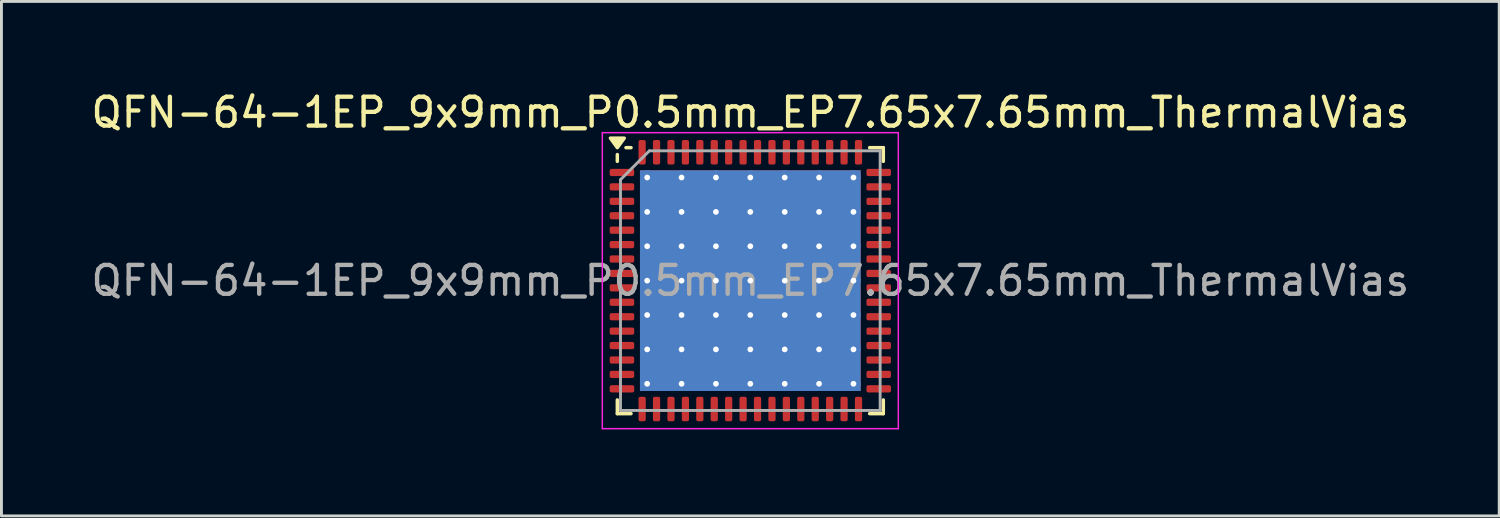
<source format=kicad_pcb>
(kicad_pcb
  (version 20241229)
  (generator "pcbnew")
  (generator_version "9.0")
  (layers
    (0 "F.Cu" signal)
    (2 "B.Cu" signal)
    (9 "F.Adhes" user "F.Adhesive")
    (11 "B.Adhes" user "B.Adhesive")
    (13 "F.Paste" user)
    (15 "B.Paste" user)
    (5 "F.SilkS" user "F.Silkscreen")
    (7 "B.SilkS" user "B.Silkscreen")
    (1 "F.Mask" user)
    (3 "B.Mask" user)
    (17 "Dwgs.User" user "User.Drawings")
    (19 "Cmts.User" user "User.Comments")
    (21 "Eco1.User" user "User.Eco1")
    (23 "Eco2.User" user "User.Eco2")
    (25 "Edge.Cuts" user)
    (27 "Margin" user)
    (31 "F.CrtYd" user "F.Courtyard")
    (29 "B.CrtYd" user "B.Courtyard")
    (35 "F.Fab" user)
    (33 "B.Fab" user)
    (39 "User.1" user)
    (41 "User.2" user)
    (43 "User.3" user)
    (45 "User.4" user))
  (footprint "QFN-64-1EP_9x9mm_P0.5mm_EP7.65x7.65mm_ThermalVias"
    (layer "F.Cu")
    (at 22.958 6.678)
    (property "Reference" "QFN-64-1EP_9x9mm_P0.5mm_EP7.65x7.65mm_ThermalVias" (at 0 -5.83 0) (layer "F.SilkS") (effects (font (size 1 1) (thickness 0.15))))
    (attr smd)
    (fp_line (start -4.61 -4.135) (end -4.61 -4.37) (stroke (width 0.12) (type solid)) (layer "F.SilkS"))
    (fp_line (start -4.61 4.61) (end -4.61 4.135) (stroke (width 0.12) (type solid)) (layer "F.SilkS"))
    (fp_line (start -4.135 -4.61) (end -4.31 -4.61) (stroke (width 0.12) (type solid)) (layer "F.SilkS"))
    (fp_line (start -4.135 4.61) (end -4.61 4.61) (stroke (width 0.12) (type solid)) (layer "F.SilkS"))
    (fp_line (start 4.135 -4.61) (end 4.61 -4.61) (stroke (width 0.12) (type solid)) (layer "F.SilkS"))
    (fp_line (start 4.135 4.61) (end 4.61 4.61) (stroke (width 0.12) (type solid)) (layer "F.SilkS"))
    (fp_line (start 4.61 -4.61) (end 4.61 -4.135) (stroke (width 0.12) (type solid)) (layer "F.SilkS"))
    (fp_line (start 4.61 4.61) (end 4.61 4.135) (stroke (width 0.12) (type solid)) (layer "F.SilkS"))
    (fp_poly (pts (xy -4.61 -4.61) (xy -4.85 -4.94) (xy -4.37 -4.94) (xy -4.61 -4.61)) (stroke (width 0.12) (type solid)) (fill yes) (layer "F.SilkS"))
    (fp_line (start -5.13 -5.13) (end -5.13 5.13) (stroke (width 0.05) (type solid)) (layer "F.CrtYd"))
    (fp_line (start -5.13 5.13) (end 5.13 5.13) (stroke (width 0.05) (type solid)) (layer "F.CrtYd"))
    (fp_line (start 5.13 -5.13) (end -5.13 -5.13) (stroke (width 0.05) (type solid)) (layer "F.CrtYd"))
    (fp_line (start 5.13 5.13) (end 5.13 -5.13) (stroke (width 0.05) (type solid)) (layer "F.CrtYd"))
    (fp_line (start -4.5 -3.5) (end -3.5 -4.5) (stroke (width 0.1) (type solid)) (layer "F.Fab"))
    (fp_line (start -4.5 4.5) (end -4.5 -3.5) (stroke (width 0.1) (type solid)) (layer "F.Fab"))
    (fp_line (start -3.5 -4.5) (end 4.5 -4.5) (stroke (width 0.1) (type solid)) (layer "F.Fab"))
    (fp_line (start 4.5 -4.5) (end 4.5 4.5) (stroke (width 0.1) (type solid)) (layer "F.Fab"))
    (fp_line (start 4.5 4.5) (end -4.5 4.5) (stroke (width 0.1) (type solid)) (layer "F.Fab"))
    (fp_text user "${REFERENCE}" (at 0 0 0) (layer "F.Fab") (effects (font (size 1 1) (thickness 0.15))))
    (pad "" smd roundrect (at -2.979 -2.979) (size 1.028 1.028) (layers "F.Paste") (roundrect_rratio 0.243))
    (pad "" smd roundrect (at -2.979 -1.788) (size 1.028 1.028) (layers "F.Paste") (roundrect_rratio 0.243))
    (pad "" smd roundrect (at -2.979 -0.596) (size 1.028 1.028) (layers "F.Paste") (roundrect_rratio 0.243))
    (pad "" smd roundrect (at -2.979 0.596) (size 1.028 1.028) (layers "F.Paste") (roundrect_rratio 0.243))
    (pad "" smd roundrect (at -2.979 1.788) (size 1.028 1.028) (layers "F.Paste") (roundrect_rratio 0.243))
    (pad "" smd roundrect (at -2.979 2.979) (size 1.028 1.028) (layers "F.Paste") (roundrect_rratio 0.243))
    (pad "" smd roundrect (at -1.788 -2.979) (size 1.028 1.028) (layers "F.Paste") (roundrect_rratio 0.243))
    (pad "" smd roundrect (at -1.788 -1.788) (size 1.028 1.028) (layers "F.Paste") (roundrect_rratio 0.243))
    (pad "" smd roundrect (at -1.788 -0.596) (size 1.028 1.028) (layers "F.Paste") (roundrect_rratio 0.243))
    (pad "" smd roundrect (at -1.788 0.596) (size 1.028 1.028) (layers "F.Paste") (roundrect_rratio 0.243))
    (pad "" smd roundrect (at -1.788 1.788) (size 1.028 1.028) (layers "F.Paste") (roundrect_rratio 0.243))
    (pad "" smd roundrect (at -1.788 2.979) (size 1.028 1.028) (layers "F.Paste") (roundrect_rratio 0.243))
    (pad "" smd roundrect (at -0.596 -2.979) (size 1.028 1.028) (layers "F.Paste") (roundrect_rratio 0.243))
    (pad "" smd roundrect (at -0.596 -1.788) (size 1.028 1.028) (layers "F.Paste") (roundrect_rratio 0.243))
    (pad "" smd roundrect (at -0.596 -0.596) (size 1.028 1.028) (layers "F.Paste") (roundrect_rratio 0.243))
    (pad "" smd roundrect (at -0.596 0.596) (size 1.028 1.028) (layers "F.Paste") (roundrect_rratio 0.243))
    (pad "" smd roundrect (at -0.596 1.788) (size 1.028 1.028) (layers "F.Paste") (roundrect_rratio 0.243))
    (pad "" smd roundrect (at -0.596 2.979) (size 1.028 1.028) (layers "F.Paste") (roundrect_rratio 0.243))
    (pad "" smd roundrect (at 0.596 -2.979) (size 1.028 1.028) (layers "F.Paste") (roundrect_rratio 0.243))
    (pad "" smd roundrect (at 0.596 -1.788) (size 1.028 1.028) (layers "F.Paste") (roundrect_rratio 0.243))
    (pad "" smd roundrect (at 0.596 -0.596) (size 1.028 1.028) (layers "F.Paste") (roundrect_rratio 0.243))
    (pad "" smd roundrect (at 0.596 0.596) (size 1.028 1.028) (layers "F.Paste") (roundrect_rratio 0.243))
    (pad "" smd roundrect (at 0.596 1.788) (size 1.028 1.028) (layers "F.Paste") (roundrect_rratio 0.243))
    (pad "" smd roundrect (at 0.596 2.979) (size 1.028 1.028) (layers "F.Paste") (roundrect_rratio 0.243))
    (pad "" smd roundrect (at 1.788 -2.979) (size 1.028 1.028) (layers "F.Paste") (roundrect_rratio 0.243))
    (pad "" smd roundrect (at 1.788 -1.788) (size 1.028 1.028) (layers "F.Paste") (roundrect_rratio 0.243))
    (pad "" smd roundrect (at 1.788 -0.596) (size 1.028 1.028) (layers "F.Paste") (roundrect_rratio 0.243))
    (pad "" smd roundrect (at 1.788 0.596) (size 1.028 1.028) (layers "F.Paste") (roundrect_rratio 0.243))
    (pad "" smd roundrect (at 1.788 1.788) (size 1.028 1.028) (layers "F.Paste") (roundrect_rratio 0.243))
    (pad "" smd roundrect (at 1.788 2.979) (size 1.028 1.028) (layers "F.Paste") (roundrect_rratio 0.243))
    (pad "" smd roundrect (at 2.979 -2.979) (size 1.028 1.028) (layers "F.Paste") (roundrect_rratio 0.243))
    (pad "" smd roundrect (at 2.979 -1.788) (size 1.028 1.028) (layers "F.Paste") (roundrect_rratio 0.243))
    (pad "" smd roundrect (at 2.979 -0.596) (size 1.028 1.028) (layers "F.Paste") (roundrect_rratio 0.243))
    (pad "" smd roundrect (at 2.979 0.596) (size 1.028 1.028) (layers "F.Paste") (roundrect_rratio 0.243))
    (pad "" smd roundrect (at 2.979 1.788) (size 1.028 1.028) (layers "F.Paste") (roundrect_rratio 0.243))
    (pad "" smd roundrect (at 2.979 2.979) (size 1.028 1.028) (layers "F.Paste") (roundrect_rratio 0.243))
    (pad "1" smd roundrect (at -4.45 -3.75) (size 0.85 0.25) (layers "F.Cu" "F.Mask" "F.Paste") (roundrect_rratio 0.25))
    (pad "2" smd roundrect (at -4.45 -3.25) (size 0.85 0.25) (layers "F.Cu" "F.Mask" "F.Paste") (roundrect_rratio 0.25))
    (pad "3" smd roundrect (at -4.45 -2.75) (size 0.85 0.25) (layers "F.Cu" "F.Mask" "F.Paste") (roundrect_rratio 0.25))
    (pad "4" smd roundrect (at -4.45 -2.25) (size 0.85 0.25) (layers "F.Cu" "F.Mask" "F.Paste") (roundrect_rratio 0.25))
    (pad "5" smd roundrect (at -4.45 -1.75) (size 0.85 0.25) (layers "F.Cu" "F.Mask" "F.Paste") (roundrect_rratio 0.25))
    (pad "6" smd roundrect (at -4.45 -1.25) (size 0.85 0.25) (layers "F.Cu" "F.Mask" "F.Paste") (roundrect_rratio 0.25))
    (pad "7" smd roundrect (at -4.45 -0.75) (size 0.85 0.25) (layers "F.Cu" "F.Mask" "F.Paste") (roundrect_rratio 0.25))
    (pad "8" smd roundrect (at -4.45 -0.25) (size 0.85 0.25) (layers "F.Cu" "F.Mask" "F.Paste") (roundrect_rratio 0.25))
    (pad "9" smd roundrect (at -4.45 0.25) (size 0.85 0.25) (layers "F.Cu" "F.Mask" "F.Paste") (roundrect_rratio 0.25))
    (pad "10" smd roundrect (at -4.45 0.75) (size 0.85 0.25) (layers "F.Cu" "F.Mask" "F.Paste") (roundrect_rratio 0.25))
    (pad "11" smd roundrect (at -4.45 1.25) (size 0.85 0.25) (layers "F.Cu" "F.Mask" "F.Paste") (roundrect_rratio 0.25))
    (pad "12" smd roundrect (at -4.45 1.75) (size 0.85 0.25) (layers "F.Cu" "F.Mask" "F.Paste") (roundrect_rratio 0.25))
    (pad "13" smd roundrect (at -4.45 2.25) (size 0.85 0.25) (layers "F.Cu" "F.Mask" "F.Paste") (roundrect_rratio 0.25))
    (pad "14" smd roundrect (at -4.45 2.75) (size 0.85 0.25) (layers "F.Cu" "F.Mask" "F.Paste") (roundrect_rratio 0.25))
    (pad "15" smd roundrect (at -4.45 3.25) (size 0.85 0.25) (layers "F.Cu" "F.Mask" "F.Paste") (roundrect_rratio 0.25))
    (pad "16" smd roundrect (at -4.45 3.75) (size 0.85 0.25) (layers "F.Cu" "F.Mask" "F.Paste") (roundrect_rratio 0.25))
    (pad "17" smd roundrect (at -3.75 4.45) (size 0.25 0.85) (layers "F.Cu" "F.Mask" "F.Paste") (roundrect_rratio 0.25))
    (pad "18" smd roundrect (at -3.25 4.45) (size 0.25 0.85) (layers "F.Cu" "F.Mask" "F.Paste") (roundrect_rratio 0.25))
    (pad "19" smd roundrect (at -2.75 4.45) (size 0.25 0.85) (layers "F.Cu" "F.Mask" "F.Paste") (roundrect_rratio 0.25))
    (pad "20" smd roundrect (at -2.25 4.45) (size 0.25 0.85) (layers "F.Cu" "F.Mask" "F.Paste") (roundrect_rratio 0.25))
    (pad "21" smd roundrect (at -1.75 4.45) (size 0.25 0.85) (layers "F.Cu" "F.Mask" "F.Paste") (roundrect_rratio 0.25))
    (pad "22" smd roundrect (at -1.25 4.45) (size 0.25 0.85) (layers "F.Cu" "F.Mask" "F.Paste") (roundrect_rratio 0.25))
    (pad "23" smd roundrect (at -0.75 4.45) (size 0.25 0.85) (layers "F.Cu" "F.Mask" "F.Paste") (roundrect_rratio 0.25))
    (pad "24" smd roundrect (at -0.25 4.45) (size 0.25 0.85) (layers "F.Cu" "F.Mask" "F.Paste") (roundrect_rratio 0.25))
    (pad "25" smd roundrect (at 0.25 4.45) (size 0.25 0.85) (layers "F.Cu" "F.Mask" "F.Paste") (roundrect_rratio 0.25))
    (pad "26" smd roundrect (at 0.75 4.45) (size 0.25 0.85) (layers "F.Cu" "F.Mask" "F.Paste") (roundrect_rratio 0.25))
    (pad "27" smd roundrect (at 1.25 4.45) (size 0.25 0.85) (layers "F.Cu" "F.Mask" "F.Paste") (roundrect_rratio 0.25))
    (pad "28" smd roundrect (at 1.75 4.45) (size 0.25 0.85) (layers "F.Cu" "F.Mask" "F.Paste") (roundrect_rratio 0.25))
    (pad "29" smd roundrect (at 2.25 4.45) (size 0.25 0.85) (layers "F.Cu" "F.Mask" "F.Paste") (roundrect_rratio 0.25))
    (pad "30" smd roundrect (at 2.75 4.45) (size 0.25 0.85) (layers "F.Cu" "F.Mask" "F.Paste") (roundrect_rratio 0.25))
    (pad "31" smd roundrect (at 3.25 4.45) (size 0.25 0.85) (layers "F.Cu" "F.Mask" "F.Paste") (roundrect_rratio 0.25))
    (pad "32" smd roundrect (at 3.75 4.45) (size 0.25 0.85) (layers "F.Cu" "F.Mask" "F.Paste") (roundrect_rratio 0.25))
    (pad "33" smd roundrect (at 4.45 3.75) (size 0.85 0.25) (layers "F.Cu" "F.Mask" "F.Paste") (roundrect_rratio 0.25))
    (pad "34" smd roundrect (at 4.45 3.25) (size 0.85 0.25) (layers "F.Cu" "F.Mask" "F.Paste") (roundrect_rratio 0.25))
    (pad "35" smd roundrect (at 4.45 2.75) (size 0.85 0.25) (layers "F.Cu" "F.Mask" "F.Paste") (roundrect_rratio 0.25))
    (pad "36" smd roundrect (at 4.45 2.25) (size 0.85 0.25) (layers "F.Cu" "F.Mask" "F.Paste") (roundrect_rratio 0.25))
    (pad "37" smd roundrect (at 4.45 1.75) (size 0.85 0.25) (layers "F.Cu" "F.Mask" "F.Paste") (roundrect_rratio 0.25))
    (pad "38" smd roundrect (at 4.45 1.25) (size 0.85 0.25) (layers "F.Cu" "F.Mask" "F.Paste") (roundrect_rratio 0.25))
    (pad "39" smd roundrect (at 4.45 0.75) (size 0.85 0.25) (layers "F.Cu" "F.Mask" "F.Paste") (roundrect_rratio 0.25))
    (pad "40" smd roundrect (at 4.45 0.25) (size 0.85 0.25) (layers "F.Cu" "F.Mask" "F.Paste") (roundrect_rratio 0.25))
    (pad "41" smd roundrect (at 4.45 -0.25) (size 0.85 0.25) (layers "F.Cu" "F.Mask" "F.Paste") (roundrect_rratio 0.25))
    (pad "42" smd roundrect (at 4.45 -0.75) (size 0.85 0.25) (layers "F.Cu" "F.Mask" "F.Paste") (roundrect_rratio 0.25))
    (pad "43" smd roundrect (at 4.45 -1.25) (size 0.85 0.25) (layers "F.Cu" "F.Mask" "F.Paste") (roundrect_rratio 0.25))
    (pad "44" smd roundrect (at 4.45 -1.75) (size 0.85 0.25) (layers "F.Cu" "F.Mask" "F.Paste") (roundrect_rratio 0.25))
    (pad "45" smd roundrect (at 4.45 -2.25) (size 0.85 0.25) (layers "F.Cu" "F.Mask" "F.Paste") (roundrect_rratio 0.25))
    (pad "46" smd roundrect (at 4.45 -2.75) (size 0.85 0.25) (layers "F.Cu" "F.Mask" "F.Paste") (roundrect_rratio 0.25))
    (pad "47" smd roundrect (at 4.45 -3.25) (size 0.85 0.25) (layers "F.Cu" "F.Mask" "F.Paste") (roundrect_rratio 0.25))
    (pad "48" smd roundrect (at 4.45 -3.75) (size 0.85 0.25) (layers "F.Cu" "F.Mask" "F.Paste") (roundrect_rratio 0.25))
    (pad "49" smd roundrect (at 3.75 -4.45) (size 0.25 0.85) (layers "F.Cu" "F.Mask" "F.Paste") (roundrect_rratio 0.25))
    (pad "50" smd roundrect (at 3.25 -4.45) (size 0.25 0.85) (layers "F.Cu" "F.Mask" "F.Paste") (roundrect_rratio 0.25))
    (pad "51" smd roundrect (at 2.75 -4.45) (size 0.25 0.85) (layers "F.Cu" "F.Mask" "F.Paste") (roundrect_rratio 0.25))
    (pad "52" smd roundrect (at 2.25 -4.45) (size 0.25 0.85) (layers "F.Cu" "F.Mask" "F.Paste") (roundrect_rratio 0.25))
    (pad "53" smd roundrect (at 1.75 -4.45) (size 0.25 0.85) (layers "F.Cu" "F.Mask" "F.Paste") (roundrect_rratio 0.25))
    (pad "54" smd roundrect (at 1.25 -4.45) (size 0.25 0.85) (layers "F.Cu" "F.Mask" "F.Paste") (roundrect_rratio 0.25))
    (pad "55" smd roundrect (at 0.75 -4.45) (size 0.25 0.85) (layers "F.Cu" "F.Mask" "F.Paste") (roundrect_rratio 0.25))
    (pad "56" smd roundrect (at 0.25 -4.45) (size 0.25 0.85) (layers "F.Cu" "F.Mask" "F.Paste") (roundrect_rratio 0.25))
    (pad "57" smd roundrect (at -0.25 -4.45) (size 0.25 0.85) (layers "F.Cu" "F.Mask" "F.Paste") (roundrect_rratio 0.25))
    (pad "58" smd roundrect (at -0.75 -4.45) (size 0.25 0.85) (layers "F.Cu" "F.Mask" "F.Paste") (roundrect_rratio 0.25))
    (pad "59" smd roundrect (at -1.25 -4.45) (size 0.25 0.85) (layers "F.Cu" "F.Mask" "F.Paste") (roundrect_rratio 0.25))
    (pad "60" smd roundrect (at -1.75 -4.45) (size 0.25 0.85) (layers "F.Cu" "F.Mask" "F.Paste") (roundrect_rratio 0.25))
    (pad "61" smd roundrect (at -2.25 -4.45) (size 0.25 0.85) (layers "F.Cu" "F.Mask" "F.Paste") (roundrect_rratio 0.25))
    (pad "62" smd roundrect (at -2.75 -4.45) (size 0.25 0.85) (layers "F.Cu" "F.Mask" "F.Paste") (roundrect_rratio 0.25))
    (pad "63" smd roundrect (at -3.25 -4.45) (size 0.25 0.85) (layers "F.Cu" "F.Mask" "F.Paste") (roundrect_rratio 0.25))
    (pad "64" smd roundrect (at -3.75 -4.45) (size 0.25 0.85) (layers "F.Cu" "F.Mask" "F.Paste") (roundrect_rratio 0.25))
    (pad "65" thru_hole circle (at -3.575 -3.575) (size 0.5 0.5) (drill 0.2) (property pad_prop_heatsink) (layers "*.Cu"))
    (pad "65" thru_hole circle (at -3.575 -2.383) (size 0.5 0.5) (drill 0.2) (property pad_prop_heatsink) (layers "*.Cu"))
    (pad "65" thru_hole circle (at -3.575 -1.192) (size 0.5 0.5) (drill 0.2) (property pad_prop_heatsink) (layers "*.Cu"))
    (pad "65" thru_hole circle (at -3.575 0) (size 0.5 0.5) (drill 0.2) (property pad_prop_heatsink) (layers "*.Cu"))
    (pad "65" thru_hole circle (at -3.575 1.192) (size 0.5 0.5) (drill 0.2) (property pad_prop_heatsink) (layers "*.Cu"))
    (pad "65" thru_hole circle (at -3.575 2.383) (size 0.5 0.5) (drill 0.2) (property pad_prop_heatsink) (layers "*.Cu"))
    (pad "65" thru_hole circle (at -3.575 3.575) (size 0.5 0.5) (drill 0.2) (property pad_prop_heatsink) (layers "*.Cu"))
    (pad "65" thru_hole circle (at -2.383 -3.575) (size 0.5 0.5) (drill 0.2) (property pad_prop_heatsink) (layers "*.Cu"))
    (pad "65" thru_hole circle (at -2.383 -2.383) (size 0.5 0.5) (drill 0.2) (property pad_prop_heatsink) (layers "*.Cu"))
    (pad "65" thru_hole circle (at -2.383 -1.192) (size 0.5 0.5) (drill 0.2) (property pad_prop_heatsink) (layers "*.Cu"))
    (pad "65" thru_hole circle (at -2.383 0) (size 0.5 0.5) (drill 0.2) (property pad_prop_heatsink) (layers "*.Cu"))
    (pad "65" thru_hole circle (at -2.383 1.192) (size 0.5 0.5) (drill 0.2) (property pad_prop_heatsink) (layers "*.Cu"))
    (pad "65" thru_hole circle (at -2.383 2.383) (size 0.5 0.5) (drill 0.2) (property pad_prop_heatsink) (layers "*.Cu"))
    (pad "65" thru_hole circle (at -2.383 3.575) (size 0.5 0.5) (drill 0.2) (property pad_prop_heatsink) (layers "*.Cu"))
    (pad "65" thru_hole circle (at -1.192 -3.575) (size 0.5 0.5) (drill 0.2) (property pad_prop_heatsink) (layers "*.Cu"))
    (pad "65" thru_hole circle (at -1.192 -2.383) (size 0.5 0.5) (drill 0.2) (property pad_prop_heatsink) (layers "*.Cu"))
    (pad "65" thru_hole circle (at -1.192 -1.192) (size 0.5 0.5) (drill 0.2) (property pad_prop_heatsink) (layers "*.Cu"))
    (pad "65" thru_hole circle (at -1.192 0) (size 0.5 0.5) (drill 0.2) (property pad_prop_heatsink) (layers "*.Cu"))
    (pad "65" thru_hole circle (at -1.192 1.192) (size 0.5 0.5) (drill 0.2) (property pad_prop_heatsink) (layers "*.Cu"))
    (pad "65" thru_hole circle (at -1.192 2.383) (size 0.5 0.5) (drill 0.2) (property pad_prop_heatsink) (layers "*.Cu"))
    (pad "65" thru_hole circle (at -1.192 3.575) (size 0.5 0.5) (drill 0.2) (property pad_prop_heatsink) (layers "*.Cu"))
    (pad "65" thru_hole circle (at 0 -3.575) (size 0.5 0.5) (drill 0.2) (property pad_prop_heatsink) (layers "*.Cu"))
    (pad "65" thru_hole circle (at 0 -2.383) (size 0.5 0.5) (drill 0.2) (property pad_prop_heatsink) (layers "*.Cu"))
    (pad "65" thru_hole circle (at 0 -1.192) (size 0.5 0.5) (drill 0.2) (property pad_prop_heatsink) (layers "*.Cu"))
    (pad "65" thru_hole circle (at 0 0) (size 0.5 0.5) (drill 0.2) (property pad_prop_heatsink) (layers "*.Cu"))
    (pad "65" smd rect (at 0 0) (size 7.65 7.65) (property pad_prop_heatsink) (layers "F.Cu" "F.Mask"))
    (pad "65" smd rect (at 0 0) (size 7.65 7.65) (property pad_prop_heatsink) (layers "B.Cu"))
    (pad "65" thru_hole circle (at 0 1.192) (size 0.5 0.5) (drill 0.2) (property pad_prop_heatsink) (layers "*.Cu"))
    (pad "65" thru_hole circle (at 0 2.383) (size 0.5 0.5) (drill 0.2) (property pad_prop_heatsink) (layers "*.Cu"))
    (pad "65" thru_hole circle (at 0 3.575) (size 0.5 0.5) (drill 0.2) (property pad_prop_heatsink) (layers "*.Cu"))
    (pad "65" thru_hole circle (at 1.192 -3.575) (size 0.5 0.5) (drill 0.2) (property pad_prop_heatsink) (layers "*.Cu"))
    (pad "65" thru_hole circle (at 1.192 -2.383) (size 0.5 0.5) (drill 0.2) (property pad_prop_heatsink) (layers "*.Cu"))
    (pad "65" thru_hole circle (at 1.192 -1.192) (size 0.5 0.5) (drill 0.2) (property pad_prop_heatsink) (layers "*.Cu"))
    (pad "65" thru_hole circle (at 1.192 0) (size 0.5 0.5) (drill 0.2) (property pad_prop_heatsink) (layers "*.Cu"))
    (pad "65" thru_hole circle (at 1.192 1.192) (size 0.5 0.5) (drill 0.2) (property pad_prop_heatsink) (layers "*.Cu"))
    (pad "65" thru_hole circle (at 1.192 2.383) (size 0.5 0.5) (drill 0.2) (property pad_prop_heatsink) (layers "*.Cu"))
    (pad "65" thru_hole circle (at 1.192 3.575) (size 0.5 0.5) (drill 0.2) (property pad_prop_heatsink) (layers "*.Cu"))
    (pad "65" thru_hole circle (at 2.383 -3.575) (size 0.5 0.5) (drill 0.2) (property pad_prop_heatsink) (layers "*.Cu"))
    (pad "65" thru_hole circle (at 2.383 -2.383) (size 0.5 0.5) (drill 0.2) (property pad_prop_heatsink) (layers "*.Cu"))
    (pad "65" thru_hole circle (at 2.383 -1.192) (size 0.5 0.5) (drill 0.2) (property pad_prop_heatsink) (layers "*.Cu"))
    (pad "65" thru_hole circle (at 2.383 0) (size 0.5 0.5) (drill 0.2) (property pad_prop_heatsink) (layers "*.Cu"))
    (pad "65" thru_hole circle (at 2.383 1.192) (size 0.5 0.5) (drill 0.2) (property pad_prop_heatsink) (layers "*.Cu"))
    (pad "65" thru_hole circle (at 2.383 2.383) (size 0.5 0.5) (drill 0.2) (property pad_prop_heatsink) (layers "*.Cu"))
    (pad "65" thru_hole circle (at 2.383 3.575) (size 0.5 0.5) (drill 0.2) (property pad_prop_heatsink) (layers "*.Cu"))
    (pad "65" thru_hole circle (at 3.575 -3.575) (size 0.5 0.5) (drill 0.2) (property pad_prop_heatsink) (layers "*.Cu"))
    (pad "65" thru_hole circle (at 3.575 -2.383) (size 0.5 0.5) (drill 0.2) (property pad_prop_heatsink) (layers "*.Cu"))
    (pad "65" thru_hole circle (at 3.575 -1.192) (size 0.5 0.5) (drill 0.2) (property pad_prop_heatsink) (layers "*.Cu"))
    (pad "65" thru_hole circle (at 3.575 0) (size 0.5 0.5) (drill 0.2) (property pad_prop_heatsink) (layers "*.Cu"))
    (pad "65" thru_hole circle (at 3.575 1.192) (size 0.5 0.5) (drill 0.2) (property pad_prop_heatsink) (layers "*.Cu"))
    (pad "65" thru_hole circle (at 3.575 2.383) (size 0.5 0.5) (drill 0.2) (property pad_prop_heatsink) (layers "*.Cu"))
    (pad "65" thru_hole circle (at 3.575 3.575) (size 0.5 0.5) (drill 0.2) (property pad_prop_heatsink) (layers "*.Cu")))
  (gr_rect
    (start -3 -3)
    (end 48.917 14.833)
    (stroke (width 0.1) (type default))
    (fill no)
    (layer "Edge.Cuts")))
</source>
